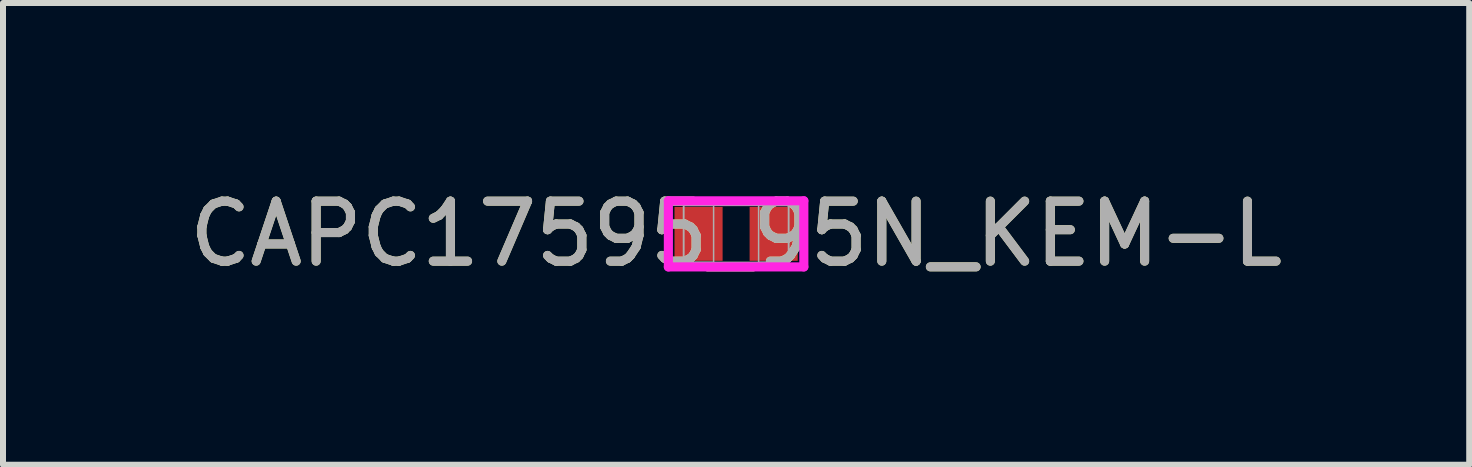
<source format=kicad_pcb>
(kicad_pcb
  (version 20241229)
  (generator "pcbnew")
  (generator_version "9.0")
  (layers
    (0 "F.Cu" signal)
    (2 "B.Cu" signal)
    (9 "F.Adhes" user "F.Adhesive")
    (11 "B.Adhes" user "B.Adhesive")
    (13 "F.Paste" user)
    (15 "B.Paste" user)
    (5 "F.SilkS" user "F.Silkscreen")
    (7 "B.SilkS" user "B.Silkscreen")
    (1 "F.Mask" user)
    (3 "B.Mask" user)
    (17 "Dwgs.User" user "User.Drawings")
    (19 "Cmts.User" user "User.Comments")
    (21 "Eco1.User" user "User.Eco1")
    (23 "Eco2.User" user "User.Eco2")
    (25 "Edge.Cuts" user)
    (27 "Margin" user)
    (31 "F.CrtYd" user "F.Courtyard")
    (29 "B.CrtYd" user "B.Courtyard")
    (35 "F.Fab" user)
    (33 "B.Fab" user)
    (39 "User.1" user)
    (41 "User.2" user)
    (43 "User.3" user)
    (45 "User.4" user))
  (footprint "CAPC17595_95N_KEM-L"
    (layer "F.Cu")
    (at 9.22 0.848)
    (property "Reference" "CAPC17595_95N_KEM-L" (at 0 0 0) (unlocked yes) (layer "F.SilkS") (effects (font (size 1 1) (thickness 0.15))))
    (attr smd)
    (fp_line (start -1.129 -0.551) (end 1.129 -0.551) (stroke (width 0.152) (type solid)) (layer "F.CrtYd"))
    (fp_line (start -1.129 0.551) (end -1.129 -0.551) (stroke (width 0.152) (type solid)) (layer "F.CrtYd"))
    (fp_line (start 1.129 -0.551) (end 1.129 0.551) (stroke (width 0.152) (type solid)) (layer "F.CrtYd"))
    (fp_line (start 1.129 0.551) (end -1.129 0.551) (stroke (width 0.152) (type solid)) (layer "F.CrtYd"))
    (fp_line (start -0.875 -0.475) (end -0.875 0.475) (stroke (width 0.025) (type solid)) (layer "F.Fab"))
    (fp_line (start -0.875 -0.475) (end -0.875 0.475) (stroke (width 0.025) (type solid)) (layer "F.Fab"))
    (fp_line (start -0.875 0.475) (end -0.375 0.475) (stroke (width 0.025) (type solid)) (layer "F.Fab"))
    (fp_line (start -0.875 0.475) (end 0.875 0.475) (stroke (width 0.025) (type solid)) (layer "F.Fab"))
    (fp_line (start -0.375 -0.475) (end -0.875 -0.475) (stroke (width 0.025) (type solid)) (layer "F.Fab"))
    (fp_line (start -0.375 0.475) (end -0.375 -0.475) (stroke (width 0.025) (type solid)) (layer "F.Fab"))
    (fp_line (start 0.375 -0.475) (end 0.375 0.475) (stroke (width 0.025) (type solid)) (layer "F.Fab"))
    (fp_line (start 0.375 0.475) (end 0.875 0.475) (stroke (width 0.025) (type solid)) (layer "F.Fab"))
    (fp_line (start 0.875 -0.475) (end -0.875 -0.475) (stroke (width 0.025) (type solid)) (layer "F.Fab"))
    (fp_line (start 0.875 -0.475) (end 0.375 -0.475) (stroke (width 0.025) (type solid)) (layer "F.Fab"))
    (fp_line (start 0.875 0.475) (end 0.875 -0.475) (stroke (width 0.025) (type solid)) (layer "F.Fab"))
    (fp_line (start 0.875 0.475) (end 0.875 -0.475) (stroke (width 0.025) (type solid)) (layer "F.Fab"))
    (fp_text user "${REFERENCE}" (at 0 0 0) (unlocked yes) (layer "F.Fab") (effects (font (size 1 1) (thickness 0.15))))
    (pad "1" smd rect (at -0.626 0) (size 0.802 0.899) (layers "F.Cu" "F.Mask" "F.Paste"))
    (pad "2" smd rect (at 0.626 0) (size 0.802 0.899) (layers "F.Cu" "F.Mask" "F.Paste"))
    (zone (net_name "") (layer "F.Cu") (hatch full 0.508) (connect_pads) (min_thickness 0.254) (filled_areas_thickness no) (keepout (tracks not_allowed) (vias not_allowed) (pads allowed) (copperpour not_allowed) (footprints allowed)) (placement (enabled no)) (fill) (polygon (pts (xy 9.046 0.424) (xy 9.394 0.424) (xy 9.394 1.272) (xy 9.046 1.272)))))
  (gr_rect
    (start -3 -3)
    (end 21.44 4.697)
    (stroke (width 0.1) (type default))
    (fill no)
    (layer "Edge.Cuts")))
</source>
